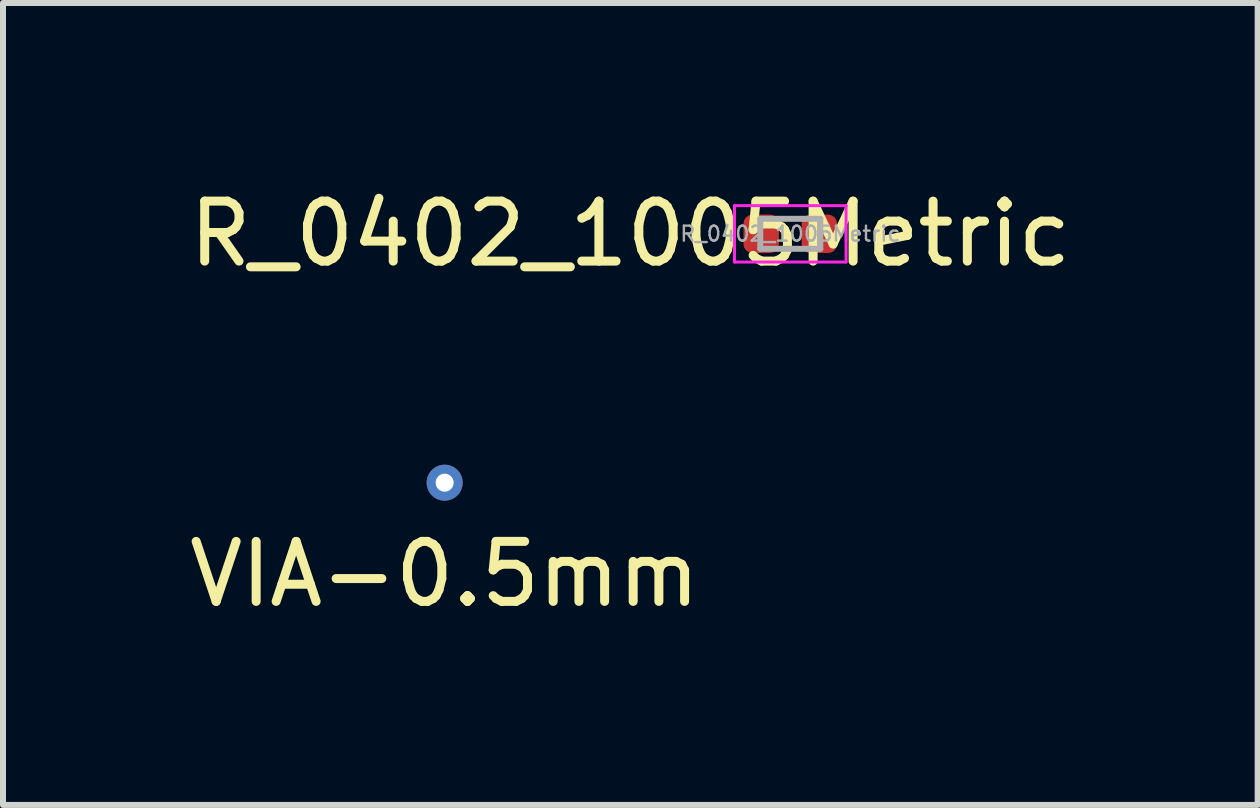
<source format=kicad_pcb>
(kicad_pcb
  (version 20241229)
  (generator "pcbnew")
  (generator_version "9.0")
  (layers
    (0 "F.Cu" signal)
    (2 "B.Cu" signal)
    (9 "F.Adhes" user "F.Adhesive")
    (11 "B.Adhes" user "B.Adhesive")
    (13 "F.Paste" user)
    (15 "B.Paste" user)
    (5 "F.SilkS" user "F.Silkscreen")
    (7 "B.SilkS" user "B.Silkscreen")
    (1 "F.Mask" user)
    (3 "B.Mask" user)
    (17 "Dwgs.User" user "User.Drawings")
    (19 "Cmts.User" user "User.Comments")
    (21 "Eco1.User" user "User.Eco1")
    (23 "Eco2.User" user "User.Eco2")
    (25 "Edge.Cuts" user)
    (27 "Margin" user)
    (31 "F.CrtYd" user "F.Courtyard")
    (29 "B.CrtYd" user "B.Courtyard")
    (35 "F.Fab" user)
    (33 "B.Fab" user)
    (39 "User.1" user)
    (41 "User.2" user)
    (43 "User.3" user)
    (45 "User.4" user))
  (footprint "VIA-0.5mm"
    (layer "F.Cu")
    (at 4.363 4.997)
    (property "Reference" "VIA-0.5mm" (at 0 1.524 0) (layer "F.SilkS") (effects (font (size 1 1) (thickness 0.15))))
    (attr through_hole)
    (pad "1" thru_hole circle (at 0 0) (size 0.6 0.6) (drill 0.3) (layers "*.Cu")))
  (footprint "R_0402_1005Metric"
    (layer "F.Cu")
    (at 10.125 0.848)
    (property "Reference" "R_0402_1005Metric" (at -2.667 0 0) (layer "F.SilkS") (effects (font (size 1 1) (thickness 0.15))))
    (attr smd)
    (fp_line (start -0.93 -0.47) (end 0.93 -0.47) (stroke (width 0.05) (type solid)) (layer "F.CrtYd"))
    (fp_line (start -0.93 0.47) (end -0.93 -0.47) (stroke (width 0.05) (type solid)) (layer "F.CrtYd"))
    (fp_line (start 0.93 -0.47) (end 0.93 0.47) (stroke (width 0.05) (type solid)) (layer "F.CrtYd"))
    (fp_line (start 0.93 0.47) (end -0.93 0.47) (stroke (width 0.05) (type solid)) (layer "F.CrtYd"))
    (fp_line (start -0.5 -0.25) (end 0.5 -0.25) (stroke (width 0.1) (type solid)) (layer "F.Fab"))
    (fp_line (start -0.5 0.25) (end -0.5 -0.25) (stroke (width 0.1) (type solid)) (layer "F.Fab"))
    (fp_line (start 0.5 -0.25) (end 0.5 0.25) (stroke (width 0.1) (type solid)) (layer "F.Fab"))
    (fp_line (start 0.5 0.25) (end -0.5 0.25) (stroke (width 0.1) (type solid)) (layer "F.Fab"))
    (fp_text user "${REFERENCE}" (at 0 0 0) (layer "F.Fab") (effects (font (size 0.25 0.25) (thickness 0.04))))
    (pad "1" smd roundrect (at -0.485 0) (size 0.59 0.64) (layers "F.Cu" "F.Mask" "F.Paste") (roundrect_rratio 0.25))
    (pad "2" smd roundrect (at 0.485 0) (size 0.59 0.64) (layers "F.Cu" "F.Mask" "F.Paste") (roundrect_rratio 0.25)))
  (gr_rect
    (start -3 -3)
    (end 17.917 10.369)
    (stroke (width 0.1) (type default))
    (fill no)
    (layer "Edge.Cuts")))
</source>
